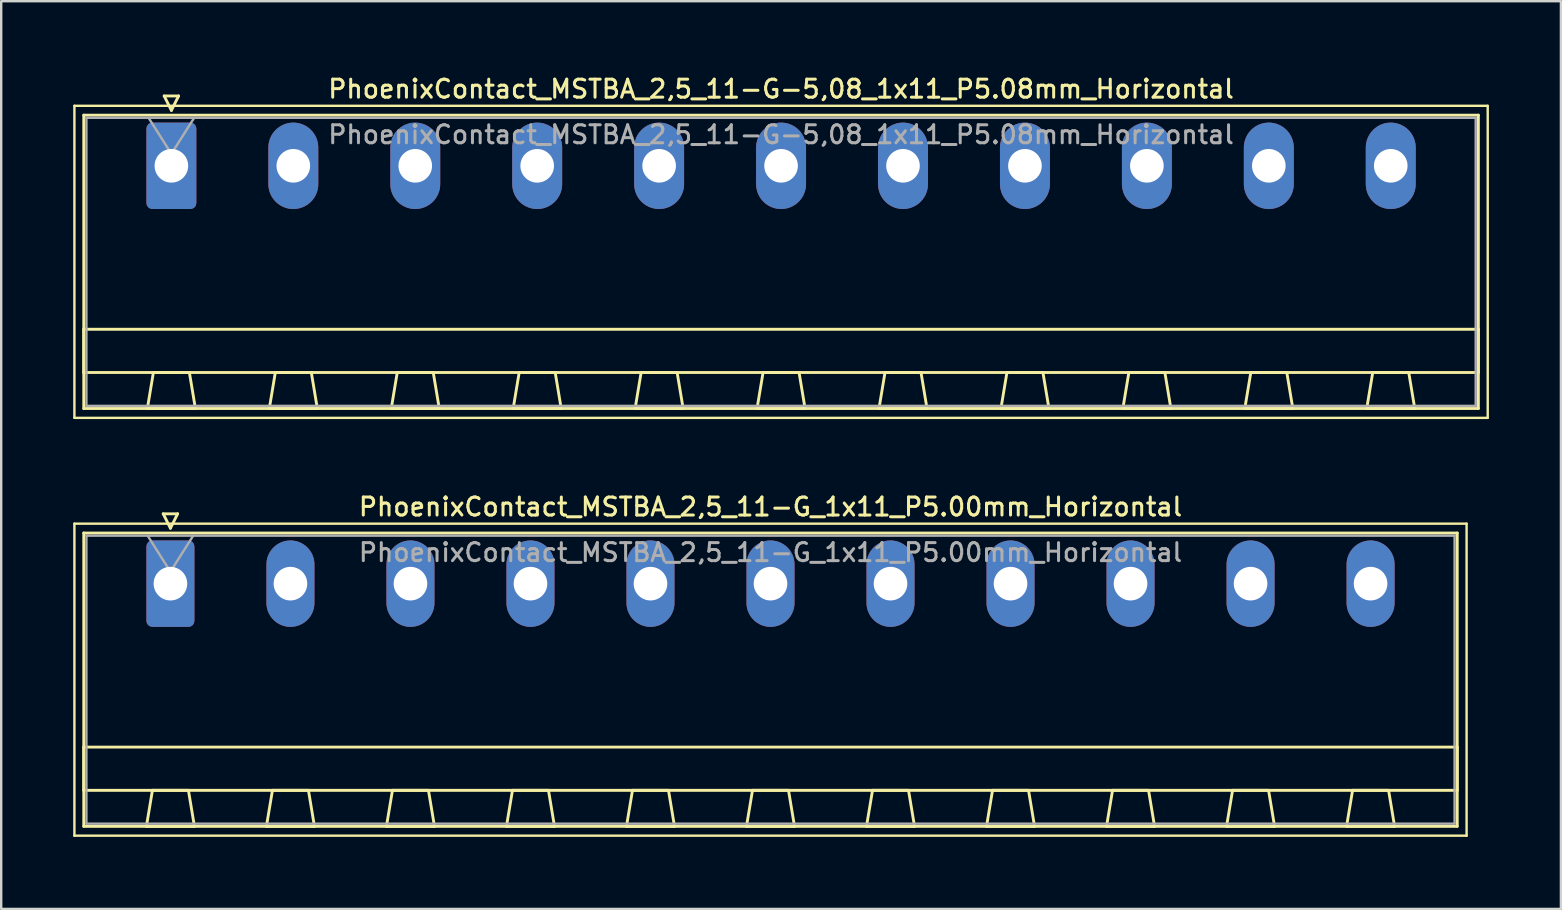
<source format=kicad_pcb>
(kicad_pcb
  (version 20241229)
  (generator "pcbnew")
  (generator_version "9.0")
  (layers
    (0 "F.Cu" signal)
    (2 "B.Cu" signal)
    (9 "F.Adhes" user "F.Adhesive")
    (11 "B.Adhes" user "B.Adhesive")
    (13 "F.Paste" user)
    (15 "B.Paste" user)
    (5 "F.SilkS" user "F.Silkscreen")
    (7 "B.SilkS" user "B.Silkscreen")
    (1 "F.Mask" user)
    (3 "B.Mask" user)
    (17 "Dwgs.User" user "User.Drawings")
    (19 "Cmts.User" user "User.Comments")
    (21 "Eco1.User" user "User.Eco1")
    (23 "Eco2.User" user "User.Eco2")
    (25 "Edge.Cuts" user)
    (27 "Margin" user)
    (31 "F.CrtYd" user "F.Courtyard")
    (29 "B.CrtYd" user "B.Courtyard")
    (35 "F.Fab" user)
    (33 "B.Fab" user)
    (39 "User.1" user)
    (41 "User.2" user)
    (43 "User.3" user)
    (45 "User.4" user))
  (footprint "PhoenixContact_MSTBA_2,5_11-G_1x11_P5.00mm_Horizontal"
    (layer "F.Cu")
    (at 4.05 21.266)
    (property "Reference" "PhoenixContact_MSTBA_2,5_11-G_1x11_P5.00mm_Horizontal" (at 25 -3.2 0) (layer "F.SilkS") (effects (font (size 0.75 0.75) (thickness 0.125))))
    (attr through_hole)
    (fp_line (start -4 -2.5) (end -4 10.5) (stroke (width 0.1) (type solid)) (layer "F.SilkS"))
    (fp_line (start -4 10.5) (end 54 10.5) (stroke (width 0.1) (type solid)) (layer "F.SilkS"))
    (fp_line (start -3.61 -2.11) (end -3.61 10.11) (stroke (width 0.12) (type solid)) (layer "F.SilkS"))
    (fp_line (start -3.61 6.81) (end 53.61 6.81) (stroke (width 0.12) (type solid)) (layer "F.SilkS"))
    (fp_line (start -3.61 8.61) (end -3.61 6.81) (stroke (width 0.12) (type solid)) (layer "F.SilkS"))
    (fp_line (start -3.61 10.11) (end 53.61 10.11) (stroke (width 0.12) (type solid)) (layer "F.SilkS"))
    (fp_line (start -1 10.11) (end 1 10.11) (stroke (width 0.12) (type solid)) (layer "F.SilkS"))
    (fp_line (start -0.75 8.61) (end -1 10.11) (stroke (width 0.12) (type solid)) (layer "F.SilkS"))
    (fp_line (start -0.3 -2.91) (end 0.3 -2.91) (stroke (width 0.12) (type solid)) (layer "F.SilkS"))
    (fp_line (start 0 -2.31) (end -0.3 -2.91) (stroke (width 0.12) (type solid)) (layer "F.SilkS"))
    (fp_line (start 0.3 -2.91) (end 0 -2.31) (stroke (width 0.12) (type solid)) (layer "F.SilkS"))
    (fp_line (start 0.75 8.61) (end -0.75 8.61) (stroke (width 0.12) (type solid)) (layer "F.SilkS"))
    (fp_line (start 1 10.11) (end 0.75 8.61) (stroke (width 0.12) (type solid)) (layer "F.SilkS"))
    (fp_line (start 4 10.11) (end 6 10.11) (stroke (width 0.12) (type solid)) (layer "F.SilkS"))
    (fp_line (start 4.25 8.61) (end 4 10.11) (stroke (width 0.12) (type solid)) (layer "F.SilkS"))
    (fp_line (start 5.75 8.61) (end 4.25 8.61) (stroke (width 0.12) (type solid)) (layer "F.SilkS"))
    (fp_line (start 6 10.11) (end 5.75 8.61) (stroke (width 0.12) (type solid)) (layer "F.SilkS"))
    (fp_line (start 9 10.11) (end 11 10.11) (stroke (width 0.12) (type solid)) (layer "F.SilkS"))
    (fp_line (start 9.25 8.61) (end 9 10.11) (stroke (width 0.12) (type solid)) (layer "F.SilkS"))
    (fp_line (start 10.75 8.61) (end 9.25 8.61) (stroke (width 0.12) (type solid)) (layer "F.SilkS"))
    (fp_line (start 11 10.11) (end 10.75 8.61) (stroke (width 0.12) (type solid)) (layer "F.SilkS"))
    (fp_line (start 14 10.11) (end 16 10.11) (stroke (width 0.12) (type solid)) (layer "F.SilkS"))
    (fp_line (start 14.25 8.61) (end 14 10.11) (stroke (width 0.12) (type solid)) (layer "F.SilkS"))
    (fp_line (start 15.75 8.61) (end 14.25 8.61) (stroke (width 0.12) (type solid)) (layer "F.SilkS"))
    (fp_line (start 16 10.11) (end 15.75 8.61) (stroke (width 0.12) (type solid)) (layer "F.SilkS"))
    (fp_line (start 19 10.11) (end 21 10.11) (stroke (width 0.12) (type solid)) (layer "F.SilkS"))
    (fp_line (start 19.25 8.61) (end 19 10.11) (stroke (width 0.12) (type solid)) (layer "F.SilkS"))
    (fp_line (start 20.75 8.61) (end 19.25 8.61) (stroke (width 0.12) (type solid)) (layer "F.SilkS"))
    (fp_line (start 21 10.11) (end 20.75 8.61) (stroke (width 0.12) (type solid)) (layer "F.SilkS"))
    (fp_line (start 24 10.11) (end 26 10.11) (stroke (width 0.12) (type solid)) (layer "F.SilkS"))
    (fp_line (start 24.25 8.61) (end 24 10.11) (stroke (width 0.12) (type solid)) (layer "F.SilkS"))
    (fp_line (start 25.75 8.61) (end 24.25 8.61) (stroke (width 0.12) (type solid)) (layer "F.SilkS"))
    (fp_line (start 26 10.11) (end 25.75 8.61) (stroke (width 0.12) (type solid)) (layer "F.SilkS"))
    (fp_line (start 29 10.11) (end 31 10.11) (stroke (width 0.12) (type solid)) (layer "F.SilkS"))
    (fp_line (start 29.25 8.61) (end 29 10.11) (stroke (width 0.12) (type solid)) (layer "F.SilkS"))
    (fp_line (start 30.75 8.61) (end 29.25 8.61) (stroke (width 0.12) (type solid)) (layer "F.SilkS"))
    (fp_line (start 31 10.11) (end 30.75 8.61) (stroke (width 0.12) (type solid)) (layer "F.SilkS"))
    (fp_line (start 34 10.11) (end 36 10.11) (stroke (width 0.12) (type solid)) (layer "F.SilkS"))
    (fp_line (start 34.25 8.61) (end 34 10.11) (stroke (width 0.12) (type solid)) (layer "F.SilkS"))
    (fp_line (start 35.75 8.61) (end 34.25 8.61) (stroke (width 0.12) (type solid)) (layer "F.SilkS"))
    (fp_line (start 36 10.11) (end 35.75 8.61) (stroke (width 0.12) (type solid)) (layer "F.SilkS"))
    (fp_line (start 39 10.11) (end 41 10.11) (stroke (width 0.12) (type solid)) (layer "F.SilkS"))
    (fp_line (start 39.25 8.61) (end 39 10.11) (stroke (width 0.12) (type solid)) (layer "F.SilkS"))
    (fp_line (start 40.75 8.61) (end 39.25 8.61) (stroke (width 0.12) (type solid)) (layer "F.SilkS"))
    (fp_line (start 41 10.11) (end 40.75 8.61) (stroke (width 0.12) (type solid)) (layer "F.SilkS"))
    (fp_line (start 44 10.11) (end 46 10.11) (stroke (width 0.12) (type solid)) (layer "F.SilkS"))
    (fp_line (start 44.25 8.61) (end 44 10.11) (stroke (width 0.12) (type solid)) (layer "F.SilkS"))
    (fp_line (start 45.75 8.61) (end 44.25 8.61) (stroke (width 0.12) (type solid)) (layer "F.SilkS"))
    (fp_line (start 46 10.11) (end 45.75 8.61) (stroke (width 0.12) (type solid)) (layer "F.SilkS"))
    (fp_line (start 49 10.11) (end 51 10.11) (stroke (width 0.12) (type solid)) (layer "F.SilkS"))
    (fp_line (start 49.25 8.61) (end 49 10.11) (stroke (width 0.12) (type solid)) (layer "F.SilkS"))
    (fp_line (start 50.75 8.61) (end 49.25 8.61) (stroke (width 0.12) (type solid)) (layer "F.SilkS"))
    (fp_line (start 51 10.11) (end 50.75 8.61) (stroke (width 0.12) (type solid)) (layer "F.SilkS"))
    (fp_line (start 53.61 -2.11) (end -3.61 -2.11) (stroke (width 0.12) (type solid)) (layer "F.SilkS"))
    (fp_line (start 53.61 6.81) (end 53.61 8.61) (stroke (width 0.12) (type solid)) (layer "F.SilkS"))
    (fp_line (start 53.61 8.61) (end -3.61 8.61) (stroke (width 0.12) (type solid)) (layer "F.SilkS"))
    (fp_line (start 53.61 10.11) (end 53.61 -2.11) (stroke (width 0.12) (type solid)) (layer "F.SilkS"))
    (fp_line (start 54 -2.5) (end -4 -2.5) (stroke (width 0.1) (type solid)) (layer "F.SilkS"))
    (fp_line (start 54 10.5) (end 54 -2.5) (stroke (width 0.1) (type solid)) (layer "F.SilkS"))
    (fp_line (start -3.5 -2) (end -3.5 10) (stroke (width 0.1) (type solid)) (layer "F.Fab"))
    (fp_line (start -3.5 10) (end 53.5 10) (stroke (width 0.1) (type solid)) (layer "F.Fab"))
    (fp_line (start 0 -0.5) (end -0.95 -2) (stroke (width 0.1) (type solid)) (layer "F.Fab"))
    (fp_line (start 0.95 -2) (end 0 -0.5) (stroke (width 0.1) (type solid)) (layer "F.Fab"))
    (fp_line (start 53.5 -2) (end -3.5 -2) (stroke (width 0.1) (type solid)) (layer "F.Fab"))
    (fp_line (start 53.5 10) (end 53.5 -2) (stroke (width 0.1) (type solid)) (layer "F.Fab"))
    (fp_text user "${REFERENCE}" (at 25 -1.3 0) (layer "F.Fab") (effects (font (size 0.75 0.75) (thickness 0.125))))
    (pad "1" thru_hole roundrect (at 0 0) (size 2 3.6) (drill 1.4) (layers "*.Cu" "*.Mask") (roundrect_rratio 0.125))
    (pad "2" thru_hole oval (at 5 0) (size 2 3.6) (drill 1.4) (layers "*.Cu" "*.Mask"))
    (pad "3" thru_hole oval (at 10 0) (size 2 3.6) (drill 1.4) (layers "*.Cu" "*.Mask"))
    (pad "4" thru_hole oval (at 15 0) (size 2 3.6) (drill 1.4) (layers "*.Cu" "*.Mask"))
    (pad "5" thru_hole oval (at 20 0) (size 2 3.6) (drill 1.4) (layers "*.Cu" "*.Mask"))
    (pad "6" thru_hole oval (at 25 0) (size 2 3.6) (drill 1.4) (layers "*.Cu" "*.Mask"))
    (pad "7" thru_hole oval (at 30 0) (size 2 3.6) (drill 1.4) (layers "*.Cu" "*.Mask"))
    (pad "8" thru_hole oval (at 35 0) (size 2 3.6) (drill 1.4) (layers "*.Cu" "*.Mask"))
    (pad "9" thru_hole oval (at 40 0) (size 2 3.6) (drill 1.4) (layers "*.Cu" "*.Mask"))
    (pad "10" thru_hole oval (at 45 0) (size 2 3.6) (drill 1.4) (layers "*.Cu" "*.Mask"))
    (pad "11" thru_hole oval (at 50 0) (size 2 3.6) (drill 1.4) (layers "*.Cu" "*.Mask")))
  (footprint "PhoenixContact_MSTBA_2,5_11-G-5,08_1x11_P5.08mm_Horizontal"
    (layer "F.Cu")
    (at 4.09 3.858)
    (property "Reference" "PhoenixContact_MSTBA_2,5_11-G-5,08_1x11_P5.08mm_Horizontal" (at 25.4 -3.2 0) (layer "F.SilkS") (effects (font (size 0.75 0.75) (thickness 0.125))))
    (attr through_hole)
    (fp_line (start -4.04 -2.5) (end -4.04 10.5) (stroke (width 0.1) (type solid)) (layer "F.SilkS"))
    (fp_line (start -4.04 10.5) (end 54.84 10.5) (stroke (width 0.1) (type solid)) (layer "F.SilkS"))
    (fp_line (start -3.65 -2.11) (end -3.65 10.11) (stroke (width 0.12) (type solid)) (layer "F.SilkS"))
    (fp_line (start -3.65 6.81) (end 54.45 6.81) (stroke (width 0.12) (type solid)) (layer "F.SilkS"))
    (fp_line (start -3.65 8.61) (end -3.65 6.81) (stroke (width 0.12) (type solid)) (layer "F.SilkS"))
    (fp_line (start -3.65 10.11) (end 54.45 10.11) (stroke (width 0.12) (type solid)) (layer "F.SilkS"))
    (fp_line (start -1 10.11) (end 1 10.11) (stroke (width 0.12) (type solid)) (layer "F.SilkS"))
    (fp_line (start -0.75 8.61) (end -1 10.11) (stroke (width 0.12) (type solid)) (layer "F.SilkS"))
    (fp_line (start -0.3 -2.91) (end 0.3 -2.91) (stroke (width 0.12) (type solid)) (layer "F.SilkS"))
    (fp_line (start 0 -2.31) (end -0.3 -2.91) (stroke (width 0.12) (type solid)) (layer "F.SilkS"))
    (fp_line (start 0.3 -2.91) (end 0 -2.31) (stroke (width 0.12) (type solid)) (layer "F.SilkS"))
    (fp_line (start 0.75 8.61) (end -0.75 8.61) (stroke (width 0.12) (type solid)) (layer "F.SilkS"))
    (fp_line (start 1 10.11) (end 0.75 8.61) (stroke (width 0.12) (type solid)) (layer "F.SilkS"))
    (fp_line (start 4.08 10.11) (end 6.08 10.11) (stroke (width 0.12) (type solid)) (layer "F.SilkS"))
    (fp_line (start 4.33 8.61) (end 4.08 10.11) (stroke (width 0.12) (type solid)) (layer "F.SilkS"))
    (fp_line (start 5.83 8.61) (end 4.33 8.61) (stroke (width 0.12) (type solid)) (layer "F.SilkS"))
    (fp_line (start 6.08 10.11) (end 5.83 8.61) (stroke (width 0.12) (type solid)) (layer "F.SilkS"))
    (fp_line (start 9.16 10.11) (end 11.16 10.11) (stroke (width 0.12) (type solid)) (layer "F.SilkS"))
    (fp_line (start 9.41 8.61) (end 9.16 10.11) (stroke (width 0.12) (type solid)) (layer "F.SilkS"))
    (fp_line (start 10.91 8.61) (end 9.41 8.61) (stroke (width 0.12) (type solid)) (layer "F.SilkS"))
    (fp_line (start 11.16 10.11) (end 10.91 8.61) (stroke (width 0.12) (type solid)) (layer "F.SilkS"))
    (fp_line (start 14.24 10.11) (end 16.24 10.11) (stroke (width 0.12) (type solid)) (layer "F.SilkS"))
    (fp_line (start 14.49 8.61) (end 14.24 10.11) (stroke (width 0.12) (type solid)) (layer "F.SilkS"))
    (fp_line (start 15.99 8.61) (end 14.49 8.61) (stroke (width 0.12) (type solid)) (layer "F.SilkS"))
    (fp_line (start 16.24 10.11) (end 15.99 8.61) (stroke (width 0.12) (type solid)) (layer "F.SilkS"))
    (fp_line (start 19.32 10.11) (end 21.32 10.11) (stroke (width 0.12) (type solid)) (layer "F.SilkS"))
    (fp_line (start 19.57 8.61) (end 19.32 10.11) (stroke (width 0.12) (type solid)) (layer "F.SilkS"))
    (fp_line (start 21.07 8.61) (end 19.57 8.61) (stroke (width 0.12) (type solid)) (layer "F.SilkS"))
    (fp_line (start 21.32 10.11) (end 21.07 8.61) (stroke (width 0.12) (type solid)) (layer "F.SilkS"))
    (fp_line (start 24.4 10.11) (end 26.4 10.11) (stroke (width 0.12) (type solid)) (layer "F.SilkS"))
    (fp_line (start 24.65 8.61) (end 24.4 10.11) (stroke (width 0.12) (type solid)) (layer "F.SilkS"))
    (fp_line (start 26.15 8.61) (end 24.65 8.61) (stroke (width 0.12) (type solid)) (layer "F.SilkS"))
    (fp_line (start 26.4 10.11) (end 26.15 8.61) (stroke (width 0.12) (type solid)) (layer "F.SilkS"))
    (fp_line (start 29.48 10.11) (end 31.48 10.11) (stroke (width 0.12) (type solid)) (layer "F.SilkS"))
    (fp_line (start 29.73 8.61) (end 29.48 10.11) (stroke (width 0.12) (type solid)) (layer "F.SilkS"))
    (fp_line (start 31.23 8.61) (end 29.73 8.61) (stroke (width 0.12) (type solid)) (layer "F.SilkS"))
    (fp_line (start 31.48 10.11) (end 31.23 8.61) (stroke (width 0.12) (type solid)) (layer "F.SilkS"))
    (fp_line (start 34.56 10.11) (end 36.56 10.11) (stroke (width 0.12) (type solid)) (layer "F.SilkS"))
    (fp_line (start 34.81 8.61) (end 34.56 10.11) (stroke (width 0.12) (type solid)) (layer "F.SilkS"))
    (fp_line (start 36.31 8.61) (end 34.81 8.61) (stroke (width 0.12) (type solid)) (layer "F.SilkS"))
    (fp_line (start 36.56 10.11) (end 36.31 8.61) (stroke (width 0.12) (type solid)) (layer "F.SilkS"))
    (fp_line (start 39.64 10.11) (end 41.64 10.11) (stroke (width 0.12) (type solid)) (layer "F.SilkS"))
    (fp_line (start 39.89 8.61) (end 39.64 10.11) (stroke (width 0.12) (type solid)) (layer "F.SilkS"))
    (fp_line (start 41.39 8.61) (end 39.89 8.61) (stroke (width 0.12) (type solid)) (layer "F.SilkS"))
    (fp_line (start 41.64 10.11) (end 41.39 8.61) (stroke (width 0.12) (type solid)) (layer "F.SilkS"))
    (fp_line (start 44.72 10.11) (end 46.72 10.11) (stroke (width 0.12) (type solid)) (layer "F.SilkS"))
    (fp_line (start 44.97 8.61) (end 44.72 10.11) (stroke (width 0.12) (type solid)) (layer "F.SilkS"))
    (fp_line (start 46.47 8.61) (end 44.97 8.61) (stroke (width 0.12) (type solid)) (layer "F.SilkS"))
    (fp_line (start 46.72 10.11) (end 46.47 8.61) (stroke (width 0.12) (type solid)) (layer "F.SilkS"))
    (fp_line (start 49.8 10.11) (end 51.8 10.11) (stroke (width 0.12) (type solid)) (layer "F.SilkS"))
    (fp_line (start 50.05 8.61) (end 49.8 10.11) (stroke (width 0.12) (type solid)) (layer "F.SilkS"))
    (fp_line (start 51.55 8.61) (end 50.05 8.61) (stroke (width 0.12) (type solid)) (layer "F.SilkS"))
    (fp_line (start 51.8 10.11) (end 51.55 8.61) (stroke (width 0.12) (type solid)) (layer "F.SilkS"))
    (fp_line (start 54.45 -2.11) (end -3.65 -2.11) (stroke (width 0.12) (type solid)) (layer "F.SilkS"))
    (fp_line (start 54.45 6.81) (end 54.45 8.61) (stroke (width 0.12) (type solid)) (layer "F.SilkS"))
    (fp_line (start 54.45 8.61) (end -3.65 8.61) (stroke (width 0.12) (type solid)) (layer "F.SilkS"))
    (fp_line (start 54.45 10.11) (end 54.45 -2.11) (stroke (width 0.12) (type solid)) (layer "F.SilkS"))
    (fp_line (start 54.84 -2.5) (end -4.04 -2.5) (stroke (width 0.1) (type solid)) (layer "F.SilkS"))
    (fp_line (start 54.84 10.5) (end 54.84 -2.5) (stroke (width 0.1) (type solid)) (layer "F.SilkS"))
    (fp_line (start -3.54 -2) (end -3.54 10) (stroke (width 0.1) (type solid)) (layer "F.Fab"))
    (fp_line (start -3.54 10) (end 54.34 10) (stroke (width 0.1) (type solid)) (layer "F.Fab"))
    (fp_line (start 0 -0.5) (end -0.95 -2) (stroke (width 0.1) (type solid)) (layer "F.Fab"))
    (fp_line (start 0.95 -2) (end 0 -0.5) (stroke (width 0.1) (type solid)) (layer "F.Fab"))
    (fp_line (start 54.34 -2) (end -3.54 -2) (stroke (width 0.1) (type solid)) (layer "F.Fab"))
    (fp_line (start 54.34 10) (end 54.34 -2) (stroke (width 0.1) (type solid)) (layer "F.Fab"))
    (fp_text user "${REFERENCE}" (at 25.4 -1.3 0) (layer "F.Fab") (effects (font (size 0.75 0.75) (thickness 0.125))))
    (pad "1" thru_hole roundrect (at 0 0) (size 2.08 3.6) (drill 1.4) (layers "*.Cu" "*.Mask") (roundrect_rratio 0.12))
    (pad "2" thru_hole oval (at 5.08 0) (size 2.08 3.6) (drill 1.4) (layers "*.Cu" "*.Mask"))
    (pad "3" thru_hole oval (at 10.16 0) (size 2.08 3.6) (drill 1.4) (layers "*.Cu" "*.Mask"))
    (pad "4" thru_hole oval (at 15.24 0) (size 2.08 3.6) (drill 1.4) (layers "*.Cu" "*.Mask"))
    (pad "5" thru_hole oval (at 20.32 0) (size 2.08 3.6) (drill 1.4) (layers "*.Cu" "*.Mask"))
    (pad "6" thru_hole oval (at 25.4 0) (size 2.08 3.6) (drill 1.4) (layers "*.Cu" "*.Mask"))
    (pad "7" thru_hole oval (at 30.48 0) (size 2.08 3.6) (drill 1.4) (layers "*.Cu" "*.Mask"))
    (pad "8" thru_hole oval (at 35.56 0) (size 2.08 3.6) (drill 1.4) (layers "*.Cu" "*.Mask"))
    (pad "9" thru_hole oval (at 40.64 0) (size 2.08 3.6) (drill 1.4) (layers "*.Cu" "*.Mask"))
    (pad "10" thru_hole oval (at 45.72 0) (size 2.08 3.6) (drill 1.4) (layers "*.Cu" "*.Mask"))
    (pad "11" thru_hole oval (at 50.8 0) (size 2.08 3.6) (drill 1.4) (layers "*.Cu" "*.Mask")))
  (gr_rect
    (start -3 -3)
    (end 61.98 34.816)
    (stroke (width 0.1) (type default))
    (fill no)
    (layer "Edge.Cuts")))
</source>
